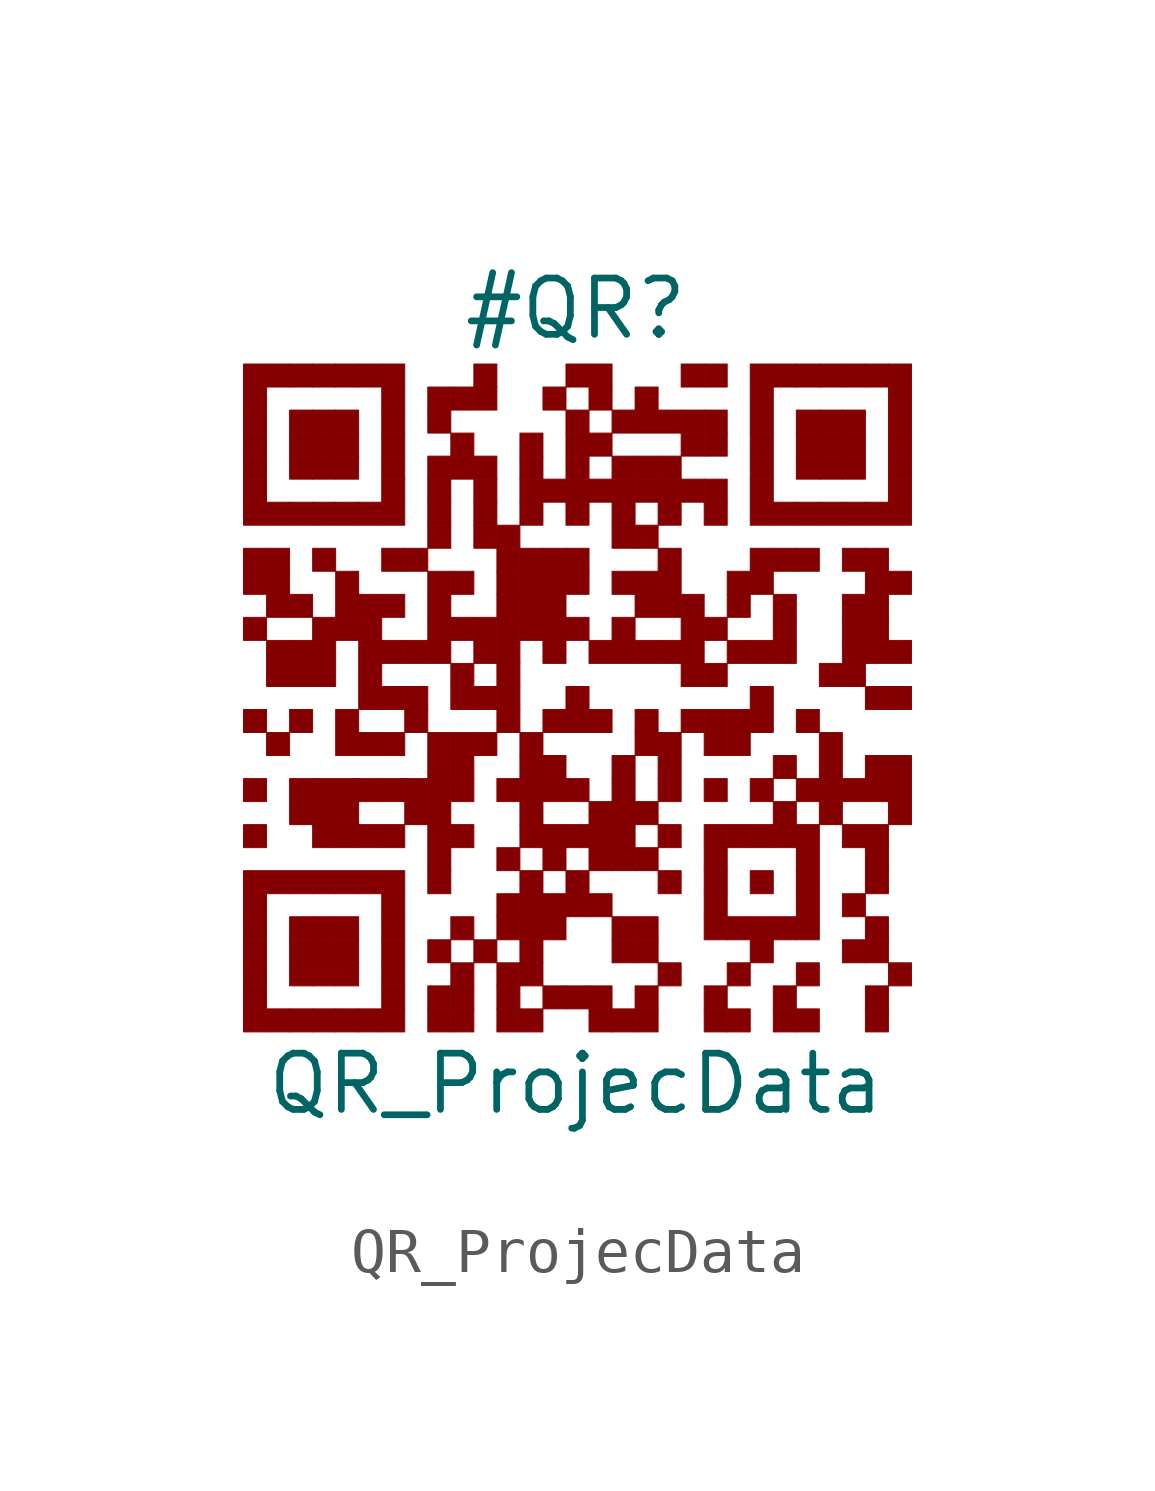
<source format=kicad_sym>
(kicad_symbol_lib
  (version 20211014)
  (generator kibot)
  (symbol "QR_ProjecData"
    (pin_numbers hide)
    (pin_names hide)
    (property "Reference" "#QR"
      (at 0 8.75 0))
    (property "Value" "QR_ProjecData"
      (at 0 -8.75 0))
    (rectangle
      (start -7.5 7.5)
      (end -6.98 6.98)
      (stroke (width 0.001) (type default) (color 0 0 0 0))
      (fill (type outline)))
    (rectangle
      (start -6.98 7.5)
      (end -6.46 6.98)
      (stroke (width 0.001) (type default) (color 0 0 0 0))
      (fill (type outline)))
    (rectangle
      (start -6.46 7.5)
      (end -5.94 6.98)
      (stroke (width 0.001) (type default) (color 0 0 0 0))
      (fill (type outline)))
    (rectangle
      (start -5.94 7.5)
      (end -5.42 6.98)
      (stroke (width 0.001) (type default) (color 0 0 0 0))
      (fill (type outline)))
    (rectangle
      (start -5.42 7.5)
      (end -4.9 6.98)
      (stroke (width 0.001) (type default) (color 0 0 0 0))
      (fill (type outline)))
    (rectangle
      (start -4.9 7.5)
      (end -4.38 6.98)
      (stroke (width 0.001) (type default) (color 0 0 0 0))
      (fill (type outline)))
    (rectangle
      (start -4.38 7.5)
      (end -3.86 6.98)
      (stroke (width 0.001) (type default) (color 0 0 0 0))
      (fill (type outline)))
    (rectangle
      (start -2.3 7.5)
      (end -1.78 6.98)
      (stroke (width 0.001) (type default) (color 0 0 0 0))
      (fill (type outline)))
    (rectangle
      (start -0.22 7.5)
      (end 0.3 6.98)
      (stroke (width 0.001) (type default) (color 0 0 0 0))
      (fill (type outline)))
    (rectangle
      (start 0.3 7.5)
      (end 0.82 6.98)
      (stroke (width 0.001) (type default) (color 0 0 0 0))
      (fill (type outline)))
    (rectangle
      (start 2.38 7.5)
      (end 2.9 6.98)
      (stroke (width 0.001) (type default) (color 0 0 0 0))
      (fill (type outline)))
    (rectangle
      (start 2.9 7.5)
      (end 3.42 6.98)
      (stroke (width 0.001) (type default) (color 0 0 0 0))
      (fill (type outline)))
    (rectangle
      (start 3.94 7.5)
      (end 4.46 6.98)
      (stroke (width 0.001) (type default) (color 0 0 0 0))
      (fill (type outline)))
    (rectangle
      (start 4.46 7.5)
      (end 4.98 6.98)
      (stroke (width 0.001) (type default) (color 0 0 0 0))
      (fill (type outline)))
    (rectangle
      (start 4.98 7.5)
      (end 5.5 6.98)
      (stroke (width 0.001) (type default) (color 0 0 0 0))
      (fill (type outline)))
    (rectangle
      (start 5.5 7.5)
      (end 6.02 6.98)
      (stroke (width 0.001) (type default) (color 0 0 0 0))
      (fill (type outline)))
    (rectangle
      (start 6.02 7.5)
      (end 6.54 6.98)
      (stroke (width 0.001) (type default) (color 0 0 0 0))
      (fill (type outline)))
    (rectangle
      (start 6.54 7.5)
      (end 7.06 6.98)
      (stroke (width 0.001) (type default) (color 0 0 0 0))
      (fill (type outline)))
    (rectangle
      (start 7.06 7.5)
      (end 7.58 6.98)
      (stroke (width 0.001) (type default) (color 0 0 0 0))
      (fill (type outline)))
    (rectangle
      (start -7.5 6.98)
      (end -6.98 6.46)
      (stroke (width 0.001) (type default) (color 0 0 0 0))
      (fill (type outline)))
    (rectangle
      (start -4.38 6.98)
      (end -3.86 6.46)
      (stroke (width 0.001) (type default) (color 0 0 0 0))
      (fill (type outline)))
    (rectangle
      (start -3.34 6.98)
      (end -2.82 6.46)
      (stroke (width 0.001) (type default) (color 0 0 0 0))
      (fill (type outline)))
    (rectangle
      (start -2.82 6.98)
      (end -2.3 6.46)
      (stroke (width 0.001) (type default) (color 0 0 0 0))
      (fill (type outline)))
    (rectangle
      (start -2.3 6.98)
      (end -1.78 6.46)
      (stroke (width 0.001) (type default) (color 0 0 0 0))
      (fill (type outline)))
    (rectangle
      (start -0.74 6.98)
      (end -0.22 6.46)
      (stroke (width 0.001) (type default) (color 0 0 0 0))
      (fill (type outline)))
    (rectangle
      (start 0.3 6.98)
      (end 0.82 6.46)
      (stroke (width 0.001) (type default) (color 0 0 0 0))
      (fill (type outline)))
    (rectangle
      (start 1.34 6.98)
      (end 1.86 6.46)
      (stroke (width 0.001) (type default) (color 0 0 0 0))
      (fill (type outline)))
    (rectangle
      (start 3.94 6.98)
      (end 4.46 6.46)
      (stroke (width 0.001) (type default) (color 0 0 0 0))
      (fill (type outline)))
    (rectangle
      (start 7.06 6.98)
      (end 7.58 6.46)
      (stroke (width 0.001) (type default) (color 0 0 0 0))
      (fill (type outline)))
    (rectangle
      (start -7.5 6.46)
      (end -6.98 5.94)
      (stroke (width 0.001) (type default) (color 0 0 0 0))
      (fill (type outline)))
    (rectangle
      (start -6.46 6.46)
      (end -5.94 5.94)
      (stroke (width 0.001) (type default) (color 0 0 0 0))
      (fill (type outline)))
    (rectangle
      (start -5.94 6.46)
      (end -5.42 5.94)
      (stroke (width 0.001) (type default) (color 0 0 0 0))
      (fill (type outline)))
    (rectangle
      (start -5.42 6.46)
      (end -4.9 5.94)
      (stroke (width 0.001) (type default) (color 0 0 0 0))
      (fill (type outline)))
    (rectangle
      (start -4.38 6.46)
      (end -3.86 5.94)
      (stroke (width 0.001) (type default) (color 0 0 0 0))
      (fill (type outline)))
    (rectangle
      (start -3.34 6.46)
      (end -2.82 5.94)
      (stroke (width 0.001) (type default) (color 0 0 0 0))
      (fill (type outline)))
    (rectangle
      (start -0.22 6.46)
      (end 0.3 5.94)
      (stroke (width 0.001) (type default) (color 0 0 0 0))
      (fill (type outline)))
    (rectangle
      (start 0.82 6.46)
      (end 1.34 5.94)
      (stroke (width 0.001) (type default) (color 0 0 0 0))
      (fill (type outline)))
    (rectangle
      (start 1.34 6.46)
      (end 1.86 5.94)
      (stroke (width 0.001) (type default) (color 0 0 0 0))
      (fill (type outline)))
    (rectangle
      (start 1.86 6.46)
      (end 2.38 5.94)
      (stroke (width 0.001) (type default) (color 0 0 0 0))
      (fill (type outline)))
    (rectangle
      (start 2.38 6.46)
      (end 2.9 5.94)
      (stroke (width 0.001) (type default) (color 0 0 0 0))
      (fill (type outline)))
    (rectangle
      (start 2.9 6.46)
      (end 3.42 5.94)
      (stroke (width 0.001) (type default) (color 0 0 0 0))
      (fill (type outline)))
    (rectangle
      (start 3.94 6.46)
      (end 4.46 5.94)
      (stroke (width 0.001) (type default) (color 0 0 0 0))
      (fill (type outline)))
    (rectangle
      (start 4.98 6.46)
      (end 5.5 5.94)
      (stroke (width 0.001) (type default) (color 0 0 0 0))
      (fill (type outline)))
    (rectangle
      (start 5.5 6.46)
      (end 6.02 5.94)
      (stroke (width 0.001) (type default) (color 0 0 0 0))
      (fill (type outline)))
    (rectangle
      (start 6.02 6.46)
      (end 6.54 5.94)
      (stroke (width 0.001) (type default) (color 0 0 0 0))
      (fill (type outline)))
    (rectangle
      (start 7.06 6.46)
      (end 7.58 5.94)
      (stroke (width 0.001) (type default) (color 0 0 0 0))
      (fill (type outline)))
    (rectangle
      (start -7.5 5.94)
      (end -6.98 5.42)
      (stroke (width 0.001) (type default) (color 0 0 0 0))
      (fill (type outline)))
    (rectangle
      (start -6.46 5.94)
      (end -5.94 5.42)
      (stroke (width 0.001) (type default) (color 0 0 0 0))
      (fill (type outline)))
    (rectangle
      (start -5.94 5.94)
      (end -5.42 5.42)
      (stroke (width 0.001) (type default) (color 0 0 0 0))
      (fill (type outline)))
    (rectangle
      (start -5.42 5.94)
      (end -4.9 5.42)
      (stroke (width 0.001) (type default) (color 0 0 0 0))
      (fill (type outline)))
    (rectangle
      (start -4.38 5.94)
      (end -3.86 5.42)
      (stroke (width 0.001) (type default) (color 0 0 0 0))
      (fill (type outline)))
    (rectangle
      (start -2.82 5.94)
      (end -2.3 5.42)
      (stroke (width 0.001) (type default) (color 0 0 0 0))
      (fill (type outline)))
    (rectangle
      (start -1.26 5.94)
      (end -0.74 5.42)
      (stroke (width 0.001) (type default) (color 0 0 0 0))
      (fill (type outline)))
    (rectangle
      (start -0.22 5.94)
      (end 0.3 5.42)
      (stroke (width 0.001) (type default) (color 0 0 0 0))
      (fill (type outline)))
    (rectangle
      (start 0.3 5.94)
      (end 0.82 5.42)
      (stroke (width 0.001) (type default) (color 0 0 0 0))
      (fill (type outline)))
    (rectangle
      (start 2.38 5.94)
      (end 2.9 5.42)
      (stroke (width 0.001) (type default) (color 0 0 0 0))
      (fill (type outline)))
    (rectangle
      (start 2.9 5.94)
      (end 3.42 5.42)
      (stroke (width 0.001) (type default) (color 0 0 0 0))
      (fill (type outline)))
    (rectangle
      (start 3.94 5.94)
      (end 4.46 5.42)
      (stroke (width 0.001) (type default) (color 0 0 0 0))
      (fill (type outline)))
    (rectangle
      (start 4.98 5.94)
      (end 5.5 5.42)
      (stroke (width 0.001) (type default) (color 0 0 0 0))
      (fill (type outline)))
    (rectangle
      (start 5.5 5.94)
      (end 6.02 5.42)
      (stroke (width 0.001) (type default) (color 0 0 0 0))
      (fill (type outline)))
    (rectangle
      (start 6.02 5.94)
      (end 6.54 5.42)
      (stroke (width 0.001) (type default) (color 0 0 0 0))
      (fill (type outline)))
    (rectangle
      (start 7.06 5.94)
      (end 7.58 5.42)
      (stroke (width 0.001) (type default) (color 0 0 0 0))
      (fill (type outline)))
    (rectangle
      (start -7.5 5.42)
      (end -6.98 4.9)
      (stroke (width 0.001) (type default) (color 0 0 0 0))
      (fill (type outline)))
    (rectangle
      (start -6.46 5.42)
      (end -5.94 4.9)
      (stroke (width 0.001) (type default) (color 0 0 0 0))
      (fill (type outline)))
    (rectangle
      (start -5.94 5.42)
      (end -5.42 4.9)
      (stroke (width 0.001) (type default) (color 0 0 0 0))
      (fill (type outline)))
    (rectangle
      (start -5.42 5.42)
      (end -4.9 4.9)
      (stroke (width 0.001) (type default) (color 0 0 0 0))
      (fill (type outline)))
    (rectangle
      (start -4.38 5.42)
      (end -3.86 4.9)
      (stroke (width 0.001) (type default) (color 0 0 0 0))
      (fill (type outline)))
    (rectangle
      (start -3.34 5.42)
      (end -2.82 4.9)
      (stroke (width 0.001) (type default) (color 0 0 0 0))
      (fill (type outline)))
    (rectangle
      (start -2.82 5.42)
      (end -2.3 4.9)
      (stroke (width 0.001) (type default) (color 0 0 0 0))
      (fill (type outline)))
    (rectangle
      (start -2.3 5.42)
      (end -1.78 4.9)
      (stroke (width 0.001) (type default) (color 0 0 0 0))
      (fill (type outline)))
    (rectangle
      (start -1.26 5.42)
      (end -0.74 4.9)
      (stroke (width 0.001) (type default) (color 0 0 0 0))
      (fill (type outline)))
    (rectangle
      (start -0.22 5.42)
      (end 0.3 4.9)
      (stroke (width 0.001) (type default) (color 0 0 0 0))
      (fill (type outline)))
    (rectangle
      (start 0.82 5.42)
      (end 1.34 4.9)
      (stroke (width 0.001) (type default) (color 0 0 0 0))
      (fill (type outline)))
    (rectangle
      (start 1.34 5.42)
      (end 1.86 4.9)
      (stroke (width 0.001) (type default) (color 0 0 0 0))
      (fill (type outline)))
    (rectangle
      (start 1.86 5.42)
      (end 2.38 4.9)
      (stroke (width 0.001) (type default) (color 0 0 0 0))
      (fill (type outline)))
    (rectangle
      (start 3.94 5.42)
      (end 4.46 4.9)
      (stroke (width 0.001) (type default) (color 0 0 0 0))
      (fill (type outline)))
    (rectangle
      (start 4.98 5.42)
      (end 5.5 4.9)
      (stroke (width 0.001) (type default) (color 0 0 0 0))
      (fill (type outline)))
    (rectangle
      (start 5.5 5.42)
      (end 6.02 4.9)
      (stroke (width 0.001) (type default) (color 0 0 0 0))
      (fill (type outline)))
    (rectangle
      (start 6.02 5.42)
      (end 6.54 4.9)
      (stroke (width 0.001) (type default) (color 0 0 0 0))
      (fill (type outline)))
    (rectangle
      (start 7.06 5.42)
      (end 7.58 4.9)
      (stroke (width 0.001) (type default) (color 0 0 0 0))
      (fill (type outline)))
    (rectangle
      (start -7.5 4.9)
      (end -6.98 4.38)
      (stroke (width 0.001) (type default) (color 0 0 0 0))
      (fill (type outline)))
    (rectangle
      (start -4.38 4.9)
      (end -3.86 4.38)
      (stroke (width 0.001) (type default) (color 0 0 0 0))
      (fill (type outline)))
    (rectangle
      (start -3.34 4.9)
      (end -2.82 4.38)
      (stroke (width 0.001) (type default) (color 0 0 0 0))
      (fill (type outline)))
    (rectangle
      (start -2.3 4.9)
      (end -1.78 4.38)
      (stroke (width 0.001) (type default) (color 0 0 0 0))
      (fill (type outline)))
    (rectangle
      (start -1.26 4.9)
      (end -0.74 4.38)
      (stroke (width 0.001) (type default) (color 0 0 0 0))
      (fill (type outline)))
    (rectangle
      (start -0.74 4.9)
      (end -0.22 4.38)
      (stroke (width 0.001) (type default) (color 0 0 0 0))
      (fill (type outline)))
    (rectangle
      (start -0.22 4.9)
      (end 0.3 4.38)
      (stroke (width 0.001) (type default) (color 0 0 0 0))
      (fill (type outline)))
    (rectangle
      (start 0.3 4.9)
      (end 0.82 4.38)
      (stroke (width 0.001) (type default) (color 0 0 0 0))
      (fill (type outline)))
    (rectangle
      (start 0.82 4.9)
      (end 1.34 4.38)
      (stroke (width 0.001) (type default) (color 0 0 0 0))
      (fill (type outline)))
    (rectangle
      (start 1.34 4.9)
      (end 1.86 4.38)
      (stroke (width 0.001) (type default) (color 0 0 0 0))
      (fill (type outline)))
    (rectangle
      (start 1.86 4.9)
      (end 2.38 4.38)
      (stroke (width 0.001) (type default) (color 0 0 0 0))
      (fill (type outline)))
    (rectangle
      (start 2.38 4.9)
      (end 2.9 4.38)
      (stroke (width 0.001) (type default) (color 0 0 0 0))
      (fill (type outline)))
    (rectangle
      (start 2.9 4.9)
      (end 3.42 4.38)
      (stroke (width 0.001) (type default) (color 0 0 0 0))
      (fill (type outline)))
    (rectangle
      (start 3.94 4.9)
      (end 4.46 4.38)
      (stroke (width 0.001) (type default) (color 0 0 0 0))
      (fill (type outline)))
    (rectangle
      (start 7.06 4.9)
      (end 7.58 4.38)
      (stroke (width 0.001) (type default) (color 0 0 0 0))
      (fill (type outline)))
    (rectangle
      (start -7.5 4.38)
      (end -6.98 3.86)
      (stroke (width 0.001) (type default) (color 0 0 0 0))
      (fill (type outline)))
    (rectangle
      (start -6.98 4.38)
      (end -6.46 3.86)
      (stroke (width 0.001) (type default) (color 0 0 0 0))
      (fill (type outline)))
    (rectangle
      (start -6.46 4.38)
      (end -5.94 3.86)
      (stroke (width 0.001) (type default) (color 0 0 0 0))
      (fill (type outline)))
    (rectangle
      (start -5.94 4.38)
      (end -5.42 3.86)
      (stroke (width 0.001) (type default) (color 0 0 0 0))
      (fill (type outline)))
    (rectangle
      (start -5.42 4.38)
      (end -4.9 3.86)
      (stroke (width 0.001) (type default) (color 0 0 0 0))
      (fill (type outline)))
    (rectangle
      (start -4.9 4.38)
      (end -4.38 3.86)
      (stroke (width 0.001) (type default) (color 0 0 0 0))
      (fill (type outline)))
    (rectangle
      (start -4.38 4.38)
      (end -3.86 3.86)
      (stroke (width 0.001) (type default) (color 0 0 0 0))
      (fill (type outline)))
    (rectangle
      (start -3.34 4.38)
      (end -2.82 3.86)
      (stroke (width 0.001) (type default) (color 0 0 0 0))
      (fill (type outline)))
    (rectangle
      (start -2.3 4.38)
      (end -1.78 3.86)
      (stroke (width 0.001) (type default) (color 0 0 0 0))
      (fill (type outline)))
    (rectangle
      (start -1.26 4.38)
      (end -0.74 3.86)
      (stroke (width 0.001) (type default) (color 0 0 0 0))
      (fill (type outline)))
    (rectangle
      (start -0.22 4.38)
      (end 0.3 3.86)
      (stroke (width 0.001) (type default) (color 0 0 0 0))
      (fill (type outline)))
    (rectangle
      (start 0.82 4.38)
      (end 1.34 3.86)
      (stroke (width 0.001) (type default) (color 0 0 0 0))
      (fill (type outline)))
    (rectangle
      (start 1.86 4.38)
      (end 2.38 3.86)
      (stroke (width 0.001) (type default) (color 0 0 0 0))
      (fill (type outline)))
    (rectangle
      (start 2.9 4.38)
      (end 3.42 3.86)
      (stroke (width 0.001) (type default) (color 0 0 0 0))
      (fill (type outline)))
    (rectangle
      (start 3.94 4.38)
      (end 4.46 3.86)
      (stroke (width 0.001) (type default) (color 0 0 0 0))
      (fill (type outline)))
    (rectangle
      (start 4.46 4.38)
      (end 4.98 3.86)
      (stroke (width 0.001) (type default) (color 0 0 0 0))
      (fill (type outline)))
    (rectangle
      (start 4.98 4.38)
      (end 5.5 3.86)
      (stroke (width 0.001) (type default) (color 0 0 0 0))
      (fill (type outline)))
    (rectangle
      (start 5.5 4.38)
      (end 6.02 3.86)
      (stroke (width 0.001) (type default) (color 0 0 0 0))
      (fill (type outline)))
    (rectangle
      (start 6.02 4.38)
      (end 6.54 3.86)
      (stroke (width 0.001) (type default) (color 0 0 0 0))
      (fill (type outline)))
    (rectangle
      (start 6.54 4.38)
      (end 7.06 3.86)
      (stroke (width 0.001) (type default) (color 0 0 0 0))
      (fill (type outline)))
    (rectangle
      (start 7.06 4.38)
      (end 7.58 3.86)
      (stroke (width 0.001) (type default) (color 0 0 0 0))
      (fill (type outline)))
    (rectangle
      (start -3.34 3.86)
      (end -2.82 3.34)
      (stroke (width 0.001) (type default) (color 0 0 0 0))
      (fill (type outline)))
    (rectangle
      (start -2.3 3.86)
      (end -1.78 3.34)
      (stroke (width 0.001) (type default) (color 0 0 0 0))
      (fill (type outline)))
    (rectangle
      (start -1.78 3.86)
      (end -1.26 3.34)
      (stroke (width 0.001) (type default) (color 0 0 0 0))
      (fill (type outline)))
    (rectangle
      (start 0.82 3.86)
      (end 1.34 3.34)
      (stroke (width 0.001) (type default) (color 0 0 0 0))
      (fill (type outline)))
    (rectangle
      (start 1.34 3.86)
      (end 1.86 3.34)
      (stroke (width 0.001) (type default) (color 0 0 0 0))
      (fill (type outline)))
    (rectangle
      (start -7.5 3.34)
      (end -6.98 2.82)
      (stroke (width 0.001) (type default) (color 0 0 0 0))
      (fill (type outline)))
    (rectangle
      (start -6.98 3.34)
      (end -6.46 2.82)
      (stroke (width 0.001) (type default) (color 0 0 0 0))
      (fill (type outline)))
    (rectangle
      (start -5.94 3.34)
      (end -5.42 2.82)
      (stroke (width 0.001) (type default) (color 0 0 0 0))
      (fill (type outline)))
    (rectangle
      (start -4.38 3.34)
      (end -3.86 2.82)
      (stroke (width 0.001) (type default) (color 0 0 0 0))
      (fill (type outline)))
    (rectangle
      (start -3.86 3.34)
      (end -3.34 2.82)
      (stroke (width 0.001) (type default) (color 0 0 0 0))
      (fill (type outline)))
    (rectangle
      (start -1.78 3.34)
      (end -1.26 2.82)
      (stroke (width 0.001) (type default) (color 0 0 0 0))
      (fill (type outline)))
    (rectangle
      (start -1.26 3.34)
      (end -0.74 2.82)
      (stroke (width 0.001) (type default) (color 0 0 0 0))
      (fill (type outline)))
    (rectangle
      (start -0.74 3.34)
      (end -0.22 2.82)
      (stroke (width 0.001) (type default) (color 0 0 0 0))
      (fill (type outline)))
    (rectangle
      (start -0.22 3.34)
      (end 0.3 2.82)
      (stroke (width 0.001) (type default) (color 0 0 0 0))
      (fill (type outline)))
    (rectangle
      (start 1.86 3.34)
      (end 2.38 2.82)
      (stroke (width 0.001) (type default) (color 0 0 0 0))
      (fill (type outline)))
    (rectangle
      (start 3.94 3.34)
      (end 4.46 2.82)
      (stroke (width 0.001) (type default) (color 0 0 0 0))
      (fill (type outline)))
    (rectangle
      (start 4.46 3.34)
      (end 4.98 2.82)
      (stroke (width 0.001) (type default) (color 0 0 0 0))
      (fill (type outline)))
    (rectangle
      (start 4.98 3.34)
      (end 5.5 2.82)
      (stroke (width 0.001) (type default) (color 0 0 0 0))
      (fill (type outline)))
    (rectangle
      (start 6.02 3.34)
      (end 6.54 2.82)
      (stroke (width 0.001) (type default) (color 0 0 0 0))
      (fill (type outline)))
    (rectangle
      (start 6.54 3.34)
      (end 7.06 2.82)
      (stroke (width 0.001) (type default) (color 0 0 0 0))
      (fill (type outline)))
    (rectangle
      (start -7.5 2.82)
      (end -6.98 2.3)
      (stroke (width 0.001) (type default) (color 0 0 0 0))
      (fill (type outline)))
    (rectangle
      (start -6.98 2.82)
      (end -6.46 2.3)
      (stroke (width 0.001) (type default) (color 0 0 0 0))
      (fill (type outline)))
    (rectangle
      (start -5.42 2.82)
      (end -4.9 2.3)
      (stroke (width 0.001) (type default) (color 0 0 0 0))
      (fill (type outline)))
    (rectangle
      (start -3.34 2.82)
      (end -2.82 2.3)
      (stroke (width 0.001) (type default) (color 0 0 0 0))
      (fill (type outline)))
    (rectangle
      (start -2.82 2.82)
      (end -2.3 2.3)
      (stroke (width 0.001) (type default) (color 0 0 0 0))
      (fill (type outline)))
    (rectangle
      (start -1.78 2.82)
      (end -1.26 2.3)
      (stroke (width 0.001) (type default) (color 0 0 0 0))
      (fill (type outline)))
    (rectangle
      (start -1.26 2.82)
      (end -0.74 2.3)
      (stroke (width 0.001) (type default) (color 0 0 0 0))
      (fill (type outline)))
    (rectangle
      (start -0.74 2.82)
      (end -0.22 2.3)
      (stroke (width 0.001) (type default) (color 0 0 0 0))
      (fill (type outline)))
    (rectangle
      (start -0.22 2.82)
      (end 0.3 2.3)
      (stroke (width 0.001) (type default) (color 0 0 0 0))
      (fill (type outline)))
    (rectangle
      (start 0.82 2.82)
      (end 1.34 2.3)
      (stroke (width 0.001) (type default) (color 0 0 0 0))
      (fill (type outline)))
    (rectangle
      (start 1.34 2.82)
      (end 1.86 2.3)
      (stroke (width 0.001) (type default) (color 0 0 0 0))
      (fill (type outline)))
    (rectangle
      (start 1.86 2.82)
      (end 2.38 2.3)
      (stroke (width 0.001) (type default) (color 0 0 0 0))
      (fill (type outline)))
    (rectangle
      (start 3.42 2.82)
      (end 3.94 2.3)
      (stroke (width 0.001) (type default) (color 0 0 0 0))
      (fill (type outline)))
    (rectangle
      (start 3.94 2.82)
      (end 4.46 2.3)
      (stroke (width 0.001) (type default) (color 0 0 0 0))
      (fill (type outline)))
    (rectangle
      (start 6.54 2.82)
      (end 7.06 2.3)
      (stroke (width 0.001) (type default) (color 0 0 0 0))
      (fill (type outline)))
    (rectangle
      (start 7.06 2.82)
      (end 7.58 2.3)
      (stroke (width 0.001) (type default) (color 0 0 0 0))
      (fill (type outline)))
    (rectangle
      (start -6.98 2.3)
      (end -6.46 1.78)
      (stroke (width 0.001) (type default) (color 0 0 0 0))
      (fill (type outline)))
    (rectangle
      (start -6.46 2.3)
      (end -5.94 1.78)
      (stroke (width 0.001) (type default) (color 0 0 0 0))
      (fill (type outline)))
    (rectangle
      (start -5.42 2.3)
      (end -4.9 1.78)
      (stroke (width 0.001) (type default) (color 0 0 0 0))
      (fill (type outline)))
    (rectangle
      (start -4.9 2.3)
      (end -4.38 1.78)
      (stroke (width 0.001) (type default) (color 0 0 0 0))
      (fill (type outline)))
    (rectangle
      (start -4.38 2.3)
      (end -3.86 1.78)
      (stroke (width 0.001) (type default) (color 0 0 0 0))
      (fill (type outline)))
    (rectangle
      (start -3.34 2.3)
      (end -2.82 1.78)
      (stroke (width 0.001) (type default) (color 0 0 0 0))
      (fill (type outline)))
    (rectangle
      (start -1.78 2.3)
      (end -1.26 1.78)
      (stroke (width 0.001) (type default) (color 0 0 0 0))
      (fill (type outline)))
    (rectangle
      (start -1.26 2.3)
      (end -0.74 1.78)
      (stroke (width 0.001) (type default) (color 0 0 0 0))
      (fill (type outline)))
    (rectangle
      (start -0.74 2.3)
      (end -0.22 1.78)
      (stroke (width 0.001) (type default) (color 0 0 0 0))
      (fill (type outline)))
    (rectangle
      (start 1.34 2.3)
      (end 1.86 1.78)
      (stroke (width 0.001) (type default) (color 0 0 0 0))
      (fill (type outline)))
    (rectangle
      (start 1.86 2.3)
      (end 2.38 1.78)
      (stroke (width 0.001) (type default) (color 0 0 0 0))
      (fill (type outline)))
    (rectangle
      (start 2.38 2.3)
      (end 2.9 1.78)
      (stroke (width 0.001) (type default) (color 0 0 0 0))
      (fill (type outline)))
    (rectangle
      (start 3.42 2.3)
      (end 3.94 1.78)
      (stroke (width 0.001) (type default) (color 0 0 0 0))
      (fill (type outline)))
    (rectangle
      (start 4.46 2.3)
      (end 4.98 1.78)
      (stroke (width 0.001) (type default) (color 0 0 0 0))
      (fill (type outline)))
    (rectangle
      (start 6.02 2.3)
      (end 6.54 1.78)
      (stroke (width 0.001) (type default) (color 0 0 0 0))
      (fill (type outline)))
    (rectangle
      (start 6.54 2.3)
      (end 7.06 1.78)
      (stroke (width 0.001) (type default) (color 0 0 0 0))
      (fill (type outline)))
    (rectangle
      (start -7.5 1.78)
      (end -6.98 1.26)
      (stroke (width 0.001) (type default) (color 0 0 0 0))
      (fill (type outline)))
    (rectangle
      (start -5.94 1.78)
      (end -5.42 1.26)
      (stroke (width 0.001) (type default) (color 0 0 0 0))
      (fill (type outline)))
    (rectangle
      (start -5.42 1.78)
      (end -4.9 1.26)
      (stroke (width 0.001) (type default) (color 0 0 0 0))
      (fill (type outline)))
    (rectangle
      (start -4.9 1.78)
      (end -4.38 1.26)
      (stroke (width 0.001) (type default) (color 0 0 0 0))
      (fill (type outline)))
    (rectangle
      (start -3.34 1.78)
      (end -2.82 1.26)
      (stroke (width 0.001) (type default) (color 0 0 0 0))
      (fill (type outline)))
    (rectangle
      (start -2.82 1.78)
      (end -2.3 1.26)
      (stroke (width 0.001) (type default) (color 0 0 0 0))
      (fill (type outline)))
    (rectangle
      (start -2.3 1.78)
      (end -1.78 1.26)
      (stroke (width 0.001) (type default) (color 0 0 0 0))
      (fill (type outline)))
    (rectangle
      (start -1.78 1.78)
      (end -1.26 1.26)
      (stroke (width 0.001) (type default) (color 0 0 0 0))
      (fill (type outline)))
    (rectangle
      (start -1.26 1.78)
      (end -0.74 1.26)
      (stroke (width 0.001) (type default) (color 0 0 0 0))
      (fill (type outline)))
    (rectangle
      (start -0.74 1.78)
      (end -0.22 1.26)
      (stroke (width 0.001) (type default) (color 0 0 0 0))
      (fill (type outline)))
    (rectangle
      (start -0.22 1.78)
      (end 0.3 1.26)
      (stroke (width 0.001) (type default) (color 0 0 0 0))
      (fill (type outline)))
    (rectangle
      (start 0.82 1.78)
      (end 1.34 1.26)
      (stroke (width 0.001) (type default) (color 0 0 0 0))
      (fill (type outline)))
    (rectangle
      (start 2.38 1.78)
      (end 2.9 1.26)
      (stroke (width 0.001) (type default) (color 0 0 0 0))
      (fill (type outline)))
    (rectangle
      (start 2.9 1.78)
      (end 3.42 1.26)
      (stroke (width 0.001) (type default) (color 0 0 0 0))
      (fill (type outline)))
    (rectangle
      (start 4.46 1.78)
      (end 4.98 1.26)
      (stroke (width 0.001) (type default) (color 0 0 0 0))
      (fill (type outline)))
    (rectangle
      (start 6.02 1.78)
      (end 6.54 1.26)
      (stroke (width 0.001) (type default) (color 0 0 0 0))
      (fill (type outline)))
    (rectangle
      (start 6.54 1.78)
      (end 7.06 1.26)
      (stroke (width 0.001) (type default) (color 0 0 0 0))
      (fill (type outline)))
    (rectangle
      (start -6.98 1.26)
      (end -6.46 0.74)
      (stroke (width 0.001) (type default) (color 0 0 0 0))
      (fill (type outline)))
    (rectangle
      (start -6.46 1.26)
      (end -5.94 0.74)
      (stroke (width 0.001) (type default) (color 0 0 0 0))
      (fill (type outline)))
    (rectangle
      (start -5.94 1.26)
      (end -5.42 0.74)
      (stroke (width 0.001) (type default) (color 0 0 0 0))
      (fill (type outline)))
    (rectangle
      (start -4.9 1.26)
      (end -4.38 0.74)
      (stroke (width 0.001) (type default) (color 0 0 0 0))
      (fill (type outline)))
    (rectangle
      (start -4.38 1.26)
      (end -3.86 0.74)
      (stroke (width 0.001) (type default) (color 0 0 0 0))
      (fill (type outline)))
    (rectangle
      (start -3.86 1.26)
      (end -3.34 0.74)
      (stroke (width 0.001) (type default) (color 0 0 0 0))
      (fill (type outline)))
    (rectangle
      (start -3.34 1.26)
      (end -2.82 0.74)
      (stroke (width 0.001) (type default) (color 0 0 0 0))
      (fill (type outline)))
    (rectangle
      (start -2.3 1.26)
      (end -1.78 0.74)
      (stroke (width 0.001) (type default) (color 0 0 0 0))
      (fill (type outline)))
    (rectangle
      (start -1.78 1.26)
      (end -1.26 0.74)
      (stroke (width 0.001) (type default) (color 0 0 0 0))
      (fill (type outline)))
    (rectangle
      (start -0.74 1.26)
      (end -0.22 0.74)
      (stroke (width 0.001) (type default) (color 0 0 0 0))
      (fill (type outline)))
    (rectangle
      (start 0.3 1.26)
      (end 0.82 0.74)
      (stroke (width 0.001) (type default) (color 0 0 0 0))
      (fill (type outline)))
    (rectangle
      (start 0.82 1.26)
      (end 1.34 0.74)
      (stroke (width 0.001) (type default) (color 0 0 0 0))
      (fill (type outline)))
    (rectangle
      (start 1.34 1.26)
      (end 1.86 0.74)
      (stroke (width 0.001) (type default) (color 0 0 0 0))
      (fill (type outline)))
    (rectangle
      (start 1.86 1.26)
      (end 2.38 0.74)
      (stroke (width 0.001) (type default) (color 0 0 0 0))
      (fill (type outline)))
    (rectangle
      (start 2.38 1.26)
      (end 2.9 0.74)
      (stroke (width 0.001) (type default) (color 0 0 0 0))
      (fill (type outline)))
    (rectangle
      (start 3.42 1.26)
      (end 3.94 0.74)
      (stroke (width 0.001) (type default) (color 0 0 0 0))
      (fill (type outline)))
    (rectangle
      (start 3.94 1.26)
      (end 4.46 0.74)
      (stroke (width 0.001) (type default) (color 0 0 0 0))
      (fill (type outline)))
    (rectangle
      (start 4.46 1.26)
      (end 4.98 0.74)
      (stroke (width 0.001) (type default) (color 0 0 0 0))
      (fill (type outline)))
    (rectangle
      (start 6.02 1.26)
      (end 6.54 0.74)
      (stroke (width 0.001) (type default) (color 0 0 0 0))
      (fill (type outline)))
    (rectangle
      (start 6.54 1.26)
      (end 7.06 0.74)
      (stroke (width 0.001) (type default) (color 0 0 0 0))
      (fill (type outline)))
    (rectangle
      (start 7.06 1.26)
      (end 7.58 0.74)
      (stroke (width 0.001) (type default) (color 0 0 0 0))
      (fill (type outline)))
    (rectangle
      (start -6.98 0.74)
      (end -6.46 0.22)
      (stroke (width 0.001) (type default) (color 0 0 0 0))
      (fill (type outline)))
    (rectangle
      (start -6.46 0.74)
      (end -5.94 0.22)
      (stroke (width 0.001) (type default) (color 0 0 0 0))
      (fill (type outline)))
    (rectangle
      (start -5.94 0.74)
      (end -5.42 0.22)
      (stroke (width 0.001) (type default) (color 0 0 0 0))
      (fill (type outline)))
    (rectangle
      (start -4.9 0.74)
      (end -4.38 0.22)
      (stroke (width 0.001) (type default) (color 0 0 0 0))
      (fill (type outline)))
    (rectangle
      (start -2.82 0.74)
      (end -2.3 0.22)
      (stroke (width 0.001) (type default) (color 0 0 0 0))
      (fill (type outline)))
    (rectangle
      (start -1.78 0.74)
      (end -1.26 0.22)
      (stroke (width 0.001) (type default) (color 0 0 0 0))
      (fill (type outline)))
    (rectangle
      (start 2.38 0.74)
      (end 2.9 0.22)
      (stroke (width 0.001) (type default) (color 0 0 0 0))
      (fill (type outline)))
    (rectangle
      (start 2.9 0.74)
      (end 3.42 0.22)
      (stroke (width 0.001) (type default) (color 0 0 0 0))
      (fill (type outline)))
    (rectangle
      (start 5.5 0.74)
      (end 6.02 0.22)
      (stroke (width 0.001) (type default) (color 0 0 0 0))
      (fill (type outline)))
    (rectangle
      (start 6.02 0.74)
      (end 6.54 0.22)
      (stroke (width 0.001) (type default) (color 0 0 0 0))
      (fill (type outline)))
    (rectangle
      (start -4.9 0.22)
      (end -4.38 -0.3)
      (stroke (width 0.001) (type default) (color 0 0 0 0))
      (fill (type outline)))
    (rectangle
      (start -4.38 0.22)
      (end -3.86 -0.3)
      (stroke (width 0.001) (type default) (color 0 0 0 0))
      (fill (type outline)))
    (rectangle
      (start -3.86 0.22)
      (end -3.34 -0.3)
      (stroke (width 0.001) (type default) (color 0 0 0 0))
      (fill (type outline)))
    (rectangle
      (start -2.82 0.22)
      (end -2.3 -0.3)
      (stroke (width 0.001) (type default) (color 0 0 0 0))
      (fill (type outline)))
    (rectangle
      (start -2.3 0.22)
      (end -1.78 -0.3)
      (stroke (width 0.001) (type default) (color 0 0 0 0))
      (fill (type outline)))
    (rectangle
      (start -1.78 0.22)
      (end -1.26 -0.3)
      (stroke (width 0.001) (type default) (color 0 0 0 0))
      (fill (type outline)))
    (rectangle
      (start -0.22 0.22)
      (end 0.3 -0.3)
      (stroke (width 0.001) (type default) (color 0 0 0 0))
      (fill (type outline)))
    (rectangle
      (start 3.94 0.22)
      (end 4.46 -0.3)
      (stroke (width 0.001) (type default) (color 0 0 0 0))
      (fill (type outline)))
    (rectangle
      (start 6.54 0.22)
      (end 7.06 -0.3)
      (stroke (width 0.001) (type default) (color 0 0 0 0))
      (fill (type outline)))
    (rectangle
      (start 7.06 0.22)
      (end 7.58 -0.3)
      (stroke (width 0.001) (type default) (color 0 0 0 0))
      (fill (type outline)))
    (rectangle
      (start -7.5 -0.3)
      (end -6.98 -0.82)
      (stroke (width 0.001) (type default) (color 0 0 0 0))
      (fill (type outline)))
    (rectangle
      (start -6.46 -0.3)
      (end -5.94 -0.82)
      (stroke (width 0.001) (type default) (color 0 0 0 0))
      (fill (type outline)))
    (rectangle
      (start -5.42 -0.3)
      (end -4.9 -0.82)
      (stroke (width 0.001) (type default) (color 0 0 0 0))
      (fill (type outline)))
    (rectangle
      (start -3.86 -0.3)
      (end -3.34 -0.82)
      (stroke (width 0.001) (type default) (color 0 0 0 0))
      (fill (type outline)))
    (rectangle
      (start -1.78 -0.3)
      (end -1.26 -0.82)
      (stroke (width 0.001) (type default) (color 0 0 0 0))
      (fill (type outline)))
    (rectangle
      (start -0.74 -0.3)
      (end -0.22 -0.82)
      (stroke (width 0.001) (type default) (color 0 0 0 0))
      (fill (type outline)))
    (rectangle
      (start -0.22 -0.3)
      (end 0.3 -0.82)
      (stroke (width 0.001) (type default) (color 0 0 0 0))
      (fill (type outline)))
    (rectangle
      (start 0.3 -0.3)
      (end 0.82 -0.82)
      (stroke (width 0.001) (type default) (color 0 0 0 0))
      (fill (type outline)))
    (rectangle
      (start 1.34 -0.3)
      (end 1.86 -0.82)
      (stroke (width 0.001) (type default) (color 0 0 0 0))
      (fill (type outline)))
    (rectangle
      (start 2.38 -0.3)
      (end 2.9 -0.82)
      (stroke (width 0.001) (type default) (color 0 0 0 0))
      (fill (type outline)))
    (rectangle
      (start 2.9 -0.3)
      (end 3.42 -0.82)
      (stroke (width 0.001) (type default) (color 0 0 0 0))
      (fill (type outline)))
    (rectangle
      (start 3.42 -0.3)
      (end 3.94 -0.82)
      (stroke (width 0.001) (type default) (color 0 0 0 0))
      (fill (type outline)))
    (rectangle
      (start 3.94 -0.3)
      (end 4.46 -0.82)
      (stroke (width 0.001) (type default) (color 0 0 0 0))
      (fill (type outline)))
    (rectangle
      (start 4.98 -0.3)
      (end 5.5 -0.82)
      (stroke (width 0.001) (type default) (color 0 0 0 0))
      (fill (type outline)))
    (rectangle
      (start -6.98 -0.82)
      (end -6.46 -1.34)
      (stroke (width 0.001) (type default) (color 0 0 0 0))
      (fill (type outline)))
    (rectangle
      (start -5.42 -0.82)
      (end -4.9 -1.34)
      (stroke (width 0.001) (type default) (color 0 0 0 0))
      (fill (type outline)))
    (rectangle
      (start -4.9 -0.82)
      (end -4.38 -1.34)
      (stroke (width 0.001) (type default) (color 0 0 0 0))
      (fill (type outline)))
    (rectangle
      (start -4.38 -0.82)
      (end -3.86 -1.34)
      (stroke (width 0.001) (type default) (color 0 0 0 0))
      (fill (type outline)))
    (rectangle
      (start -3.34 -0.82)
      (end -2.82 -1.34)
      (stroke (width 0.001) (type default) (color 0 0 0 0))
      (fill (type outline)))
    (rectangle
      (start -2.82 -0.82)
      (end -2.3 -1.34)
      (stroke (width 0.001) (type default) (color 0 0 0 0))
      (fill (type outline)))
    (rectangle
      (start -2.3 -0.82)
      (end -1.78 -1.34)
      (stroke (width 0.001) (type default) (color 0 0 0 0))
      (fill (type outline)))
    (rectangle
      (start -1.26 -0.82)
      (end -0.74 -1.34)
      (stroke (width 0.001) (type default) (color 0 0 0 0))
      (fill (type outline)))
    (rectangle
      (start 1.34 -0.82)
      (end 1.86 -1.34)
      (stroke (width 0.001) (type default) (color 0 0 0 0))
      (fill (type outline)))
    (rectangle
      (start 1.86 -0.82)
      (end 2.38 -1.34)
      (stroke (width 0.001) (type default) (color 0 0 0 0))
      (fill (type outline)))
    (rectangle
      (start 2.9 -0.82)
      (end 3.42 -1.34)
      (stroke (width 0.001) (type default) (color 0 0 0 0))
      (fill (type outline)))
    (rectangle
      (start 3.42 -0.82)
      (end 3.94 -1.34)
      (stroke (width 0.001) (type default) (color 0 0 0 0))
      (fill (type outline)))
    (rectangle
      (start 5.5 -0.82)
      (end 6.02 -1.34)
      (stroke (width 0.001) (type default) (color 0 0 0 0))
      (fill (type outline)))
    (rectangle
      (start -3.34 -1.34)
      (end -2.82 -1.86)
      (stroke (width 0.001) (type default) (color 0 0 0 0))
      (fill (type outline)))
    (rectangle
      (start -2.82 -1.34)
      (end -2.3 -1.86)
      (stroke (width 0.001) (type default) (color 0 0 0 0))
      (fill (type outline)))
    (rectangle
      (start -1.26 -1.34)
      (end -0.74 -1.86)
      (stroke (width 0.001) (type default) (color 0 0 0 0))
      (fill (type outline)))
    (rectangle
      (start -0.74 -1.34)
      (end -0.22 -1.86)
      (stroke (width 0.001) (type default) (color 0 0 0 0))
      (fill (type outline)))
    (rectangle
      (start 0.82 -1.34)
      (end 1.34 -1.86)
      (stroke (width 0.001) (type default) (color 0 0 0 0))
      (fill (type outline)))
    (rectangle
      (start 1.86 -1.34)
      (end 2.38 -1.86)
      (stroke (width 0.001) (type default) (color 0 0 0 0))
      (fill (type outline)))
    (rectangle
      (start 4.46 -1.34)
      (end 4.98 -1.86)
      (stroke (width 0.001) (type default) (color 0 0 0 0))
      (fill (type outline)))
    (rectangle
      (start 5.5 -1.34)
      (end 6.02 -1.86)
      (stroke (width 0.001) (type default) (color 0 0 0 0))
      (fill (type outline)))
    (rectangle
      (start 6.54 -1.34)
      (end 7.06 -1.86)
      (stroke (width 0.001) (type default) (color 0 0 0 0))
      (fill (type outline)))
    (rectangle
      (start 7.06 -1.34)
      (end 7.58 -1.86)
      (stroke (width 0.001) (type default) (color 0 0 0 0))
      (fill (type outline)))
    (rectangle
      (start -7.5 -1.86)
      (end -6.98 -2.38)
      (stroke (width 0.001) (type default) (color 0 0 0 0))
      (fill (type outline)))
    (rectangle
      (start -6.46 -1.86)
      (end -5.94 -2.38)
      (stroke (width 0.001) (type default) (color 0 0 0 0))
      (fill (type outline)))
    (rectangle
      (start -5.94 -1.86)
      (end -5.42 -2.38)
      (stroke (width 0.001) (type default) (color 0 0 0 0))
      (fill (type outline)))
    (rectangle
      (start -5.42 -1.86)
      (end -4.9 -2.38)
      (stroke (width 0.001) (type default) (color 0 0 0 0))
      (fill (type outline)))
    (rectangle
      (start -4.9 -1.86)
      (end -4.38 -2.38)
      (stroke (width 0.001) (type default) (color 0 0 0 0))
      (fill (type outline)))
    (rectangle
      (start -4.38 -1.86)
      (end -3.86 -2.38)
      (stroke (width 0.001) (type default) (color 0 0 0 0))
      (fill (type outline)))
    (rectangle
      (start -3.86 -1.86)
      (end -3.34 -2.38)
      (stroke (width 0.001) (type default) (color 0 0 0 0))
      (fill (type outline)))
    (rectangle
      (start -3.34 -1.86)
      (end -2.82 -2.38)
      (stroke (width 0.001) (type default) (color 0 0 0 0))
      (fill (type outline)))
    (rectangle
      (start -2.82 -1.86)
      (end -2.3 -2.38)
      (stroke (width 0.001) (type default) (color 0 0 0 0))
      (fill (type outline)))
    (rectangle
      (start -1.78 -1.86)
      (end -1.26 -2.38)
      (stroke (width 0.001) (type default) (color 0 0 0 0))
      (fill (type outline)))
    (rectangle
      (start -1.26 -1.86)
      (end -0.74 -2.38)
      (stroke (width 0.001) (type default) (color 0 0 0 0))
      (fill (type outline)))
    (rectangle
      (start -0.74 -1.86)
      (end -0.22 -2.38)
      (stroke (width 0.001) (type default) (color 0 0 0 0))
      (fill (type outline)))
    (rectangle
      (start -0.22 -1.86)
      (end 0.3 -2.38)
      (stroke (width 0.001) (type default) (color 0 0 0 0))
      (fill (type outline)))
    (rectangle
      (start 0.82 -1.86)
      (end 1.34 -2.38)
      (stroke (width 0.001) (type default) (color 0 0 0 0))
      (fill (type outline)))
    (rectangle
      (start 1.86 -1.86)
      (end 2.38 -2.38)
      (stroke (width 0.001) (type default) (color 0 0 0 0))
      (fill (type outline)))
    (rectangle
      (start 2.9 -1.86)
      (end 3.42 -2.38)
      (stroke (width 0.001) (type default) (color 0 0 0 0))
      (fill (type outline)))
    (rectangle
      (start 3.94 -1.86)
      (end 4.46 -2.38)
      (stroke (width 0.001) (type default) (color 0 0 0 0))
      (fill (type outline)))
    (rectangle
      (start 4.98 -1.86)
      (end 5.5 -2.38)
      (stroke (width 0.001) (type default) (color 0 0 0 0))
      (fill (type outline)))
    (rectangle
      (start 5.5 -1.86)
      (end 6.02 -2.38)
      (stroke (width 0.001) (type default) (color 0 0 0 0))
      (fill (type outline)))
    (rectangle
      (start 6.02 -1.86)
      (end 6.54 -2.38)
      (stroke (width 0.001) (type default) (color 0 0 0 0))
      (fill (type outline)))
    (rectangle
      (start 6.54 -1.86)
      (end 7.06 -2.38)
      (stroke (width 0.001) (type default) (color 0 0 0 0))
      (fill (type outline)))
    (rectangle
      (start 7.06 -1.86)
      (end 7.58 -2.38)
      (stroke (width 0.001) (type default) (color 0 0 0 0))
      (fill (type outline)))
    (rectangle
      (start -6.46 -2.38)
      (end -5.94 -2.9)
      (stroke (width 0.001) (type default) (color 0 0 0 0))
      (fill (type outline)))
    (rectangle
      (start -5.94 -2.38)
      (end -5.42 -2.9)
      (stroke (width 0.001) (type default) (color 0 0 0 0))
      (fill (type outline)))
    (rectangle
      (start -5.42 -2.38)
      (end -4.9 -2.9)
      (stroke (width 0.001) (type default) (color 0 0 0 0))
      (fill (type outline)))
    (rectangle
      (start -3.86 -2.38)
      (end -3.34 -2.9)
      (stroke (width 0.001) (type default) (color 0 0 0 0))
      (fill (type outline)))
    (rectangle
      (start -3.34 -2.38)
      (end -2.82 -2.9)
      (stroke (width 0.001) (type default) (color 0 0 0 0))
      (fill (type outline)))
    (rectangle
      (start -1.26 -2.38)
      (end -0.74 -2.9)
      (stroke (width 0.001) (type default) (color 0 0 0 0))
      (fill (type outline)))
    (rectangle
      (start 0.3 -2.38)
      (end 0.82 -2.9)
      (stroke (width 0.001) (type default) (color 0 0 0 0))
      (fill (type outline)))
    (rectangle
      (start 0.82 -2.38)
      (end 1.34 -2.9)
      (stroke (width 0.001) (type default) (color 0 0 0 0))
      (fill (type outline)))
    (rectangle
      (start 1.34 -2.38)
      (end 1.86 -2.9)
      (stroke (width 0.001) (type default) (color 0 0 0 0))
      (fill (type outline)))
    (rectangle
      (start 4.46 -2.38)
      (end 4.98 -2.9)
      (stroke (width 0.001) (type default) (color 0 0 0 0))
      (fill (type outline)))
    (rectangle
      (start 5.5 -2.38)
      (end 6.02 -2.9)
      (stroke (width 0.001) (type default) (color 0 0 0 0))
      (fill (type outline)))
    (rectangle
      (start 7.06 -2.38)
      (end 7.58 -2.9)
      (stroke (width 0.001) (type default) (color 0 0 0 0))
      (fill (type outline)))
    (rectangle
      (start -7.5 -2.9)
      (end -6.98 -3.42)
      (stroke (width 0.001) (type default) (color 0 0 0 0))
      (fill (type outline)))
    (rectangle
      (start -5.94 -2.9)
      (end -5.42 -3.42)
      (stroke (width 0.001) (type default) (color 0 0 0 0))
      (fill (type outline)))
    (rectangle
      (start -5.42 -2.9)
      (end -4.9 -3.42)
      (stroke (width 0.001) (type default) (color 0 0 0 0))
      (fill (type outline)))
    (rectangle
      (start -4.9 -2.9)
      (end -4.38 -3.42)
      (stroke (width 0.001) (type default) (color 0 0 0 0))
      (fill (type outline)))
    (rectangle
      (start -4.38 -2.9)
      (end -3.86 -3.42)
      (stroke (width 0.001) (type default) (color 0 0 0 0))
      (fill (type outline)))
    (rectangle
      (start -3.34 -2.9)
      (end -2.82 -3.42)
      (stroke (width 0.001) (type default) (color 0 0 0 0))
      (fill (type outline)))
    (rectangle
      (start -2.82 -2.9)
      (end -2.3 -3.42)
      (stroke (width 0.001) (type default) (color 0 0 0 0))
      (fill (type outline)))
    (rectangle
      (start -1.26 -2.9)
      (end -0.74 -3.42)
      (stroke (width 0.001) (type default) (color 0 0 0 0))
      (fill (type outline)))
    (rectangle
      (start -0.74 -2.9)
      (end -0.22 -3.42)
      (stroke (width 0.001) (type default) (color 0 0 0 0))
      (fill (type outline)))
    (rectangle
      (start -0.22 -2.9)
      (end 0.3 -3.42)
      (stroke (width 0.001) (type default) (color 0 0 0 0))
      (fill (type outline)))
    (rectangle
      (start 0.3 -2.9)
      (end 0.82 -3.42)
      (stroke (width 0.001) (type default) (color 0 0 0 0))
      (fill (type outline)))
    (rectangle
      (start 0.82 -2.9)
      (end 1.34 -3.42)
      (stroke (width 0.001) (type default) (color 0 0 0 0))
      (fill (type outline)))
    (rectangle
      (start 1.86 -2.9)
      (end 2.38 -3.42)
      (stroke (width 0.001) (type default) (color 0 0 0 0))
      (fill (type outline)))
    (rectangle
      (start 2.9 -2.9)
      (end 3.42 -3.42)
      (stroke (width 0.001) (type default) (color 0 0 0 0))
      (fill (type outline)))
    (rectangle
      (start 3.42 -2.9)
      (end 3.94 -3.42)
      (stroke (width 0.001) (type default) (color 0 0 0 0))
      (fill (type outline)))
    (rectangle
      (start 3.94 -2.9)
      (end 4.46 -3.42)
      (stroke (width 0.001) (type default) (color 0 0 0 0))
      (fill (type outline)))
    (rectangle
      (start 4.46 -2.9)
      (end 4.98 -3.42)
      (stroke (width 0.001) (type default) (color 0 0 0 0))
      (fill (type outline)))
    (rectangle
      (start 4.98 -2.9)
      (end 5.5 -3.42)
      (stroke (width 0.001) (type default) (color 0 0 0 0))
      (fill (type outline)))
    (rectangle
      (start 6.02 -2.9)
      (end 6.54 -3.42)
      (stroke (width 0.001) (type default) (color 0 0 0 0))
      (fill (type outline)))
    (rectangle
      (start 6.54 -2.9)
      (end 7.06 -3.42)
      (stroke (width 0.001) (type default) (color 0 0 0 0))
      (fill (type outline)))
    (rectangle
      (start -3.34 -3.42)
      (end -2.82 -3.94)
      (stroke (width 0.001) (type default) (color 0 0 0 0))
      (fill (type outline)))
    (rectangle
      (start -1.78 -3.42)
      (end -1.26 -3.94)
      (stroke (width 0.001) (type default) (color 0 0 0 0))
      (fill (type outline)))
    (rectangle
      (start -0.74 -3.42)
      (end -0.22 -3.94)
      (stroke (width 0.001) (type default) (color 0 0 0 0))
      (fill (type outline)))
    (rectangle
      (start 0.3 -3.42)
      (end 0.82 -3.94)
      (stroke (width 0.001) (type default) (color 0 0 0 0))
      (fill (type outline)))
    (rectangle
      (start 0.82 -3.42)
      (end 1.34 -3.94)
      (stroke (width 0.001) (type default) (color 0 0 0 0))
      (fill (type outline)))
    (rectangle
      (start 1.34 -3.42)
      (end 1.86 -3.94)
      (stroke (width 0.001) (type default) (color 0 0 0 0))
      (fill (type outline)))
    (rectangle
      (start 2.9 -3.42)
      (end 3.42 -3.94)
      (stroke (width 0.001) (type default) (color 0 0 0 0))
      (fill (type outline)))
    (rectangle
      (start 4.98 -3.42)
      (end 5.5 -3.94)
      (stroke (width 0.001) (type default) (color 0 0 0 0))
      (fill (type outline)))
    (rectangle
      (start 6.54 -3.42)
      (end 7.06 -3.94)
      (stroke (width 0.001) (type default) (color 0 0 0 0))
      (fill (type outline)))
    (rectangle
      (start -7.5 -3.94)
      (end -6.98 -4.46)
      (stroke (width 0.001) (type default) (color 0 0 0 0))
      (fill (type outline)))
    (rectangle
      (start -6.98 -3.94)
      (end -6.46 -4.46)
      (stroke (width 0.001) (type default) (color 0 0 0 0))
      (fill (type outline)))
    (rectangle
      (start -6.46 -3.94)
      (end -5.94 -4.46)
      (stroke (width 0.001) (type default) (color 0 0 0 0))
      (fill (type outline)))
    (rectangle
      (start -5.94 -3.94)
      (end -5.42 -4.46)
      (stroke (width 0.001) (type default) (color 0 0 0 0))
      (fill (type outline)))
    (rectangle
      (start -5.42 -3.94)
      (end -4.9 -4.46)
      (stroke (width 0.001) (type default) (color 0 0 0 0))
      (fill (type outline)))
    (rectangle
      (start -4.9 -3.94)
      (end -4.38 -4.46)
      (stroke (width 0.001) (type default) (color 0 0 0 0))
      (fill (type outline)))
    (rectangle
      (start -4.38 -3.94)
      (end -3.86 -4.46)
      (stroke (width 0.001) (type default) (color 0 0 0 0))
      (fill (type outline)))
    (rectangle
      (start -3.34 -3.94)
      (end -2.82 -4.46)
      (stroke (width 0.001) (type default) (color 0 0 0 0))
      (fill (type outline)))
    (rectangle
      (start -1.26 -3.94)
      (end -0.74 -4.46)
      (stroke (width 0.001) (type default) (color 0 0 0 0))
      (fill (type outline)))
    (rectangle
      (start -0.22 -3.94)
      (end 0.3 -4.46)
      (stroke (width 0.001) (type default) (color 0 0 0 0))
      (fill (type outline)))
    (rectangle
      (start 1.86 -3.94)
      (end 2.38 -4.46)
      (stroke (width 0.001) (type default) (color 0 0 0 0))
      (fill (type outline)))
    (rectangle
      (start 2.9 -3.94)
      (end 3.42 -4.46)
      (stroke (width 0.001) (type default) (color 0 0 0 0))
      (fill (type outline)))
    (rectangle
      (start 3.94 -3.94)
      (end 4.46 -4.46)
      (stroke (width 0.001) (type default) (color 0 0 0 0))
      (fill (type outline)))
    (rectangle
      (start 4.98 -3.94)
      (end 5.5 -4.46)
      (stroke (width 0.001) (type default) (color 0 0 0 0))
      (fill (type outline)))
    (rectangle
      (start 6.54 -3.94)
      (end 7.06 -4.46)
      (stroke (width 0.001) (type default) (color 0 0 0 0))
      (fill (type outline)))
    (rectangle
      (start -7.5 -4.46)
      (end -6.98 -4.98)
      (stroke (width 0.001) (type default) (color 0 0 0 0))
      (fill (type outline)))
    (rectangle
      (start -4.38 -4.46)
      (end -3.86 -4.98)
      (stroke (width 0.001) (type default) (color 0 0 0 0))
      (fill (type outline)))
    (rectangle
      (start -1.78 -4.46)
      (end -1.26 -4.98)
      (stroke (width 0.001) (type default) (color 0 0 0 0))
      (fill (type outline)))
    (rectangle
      (start -1.26 -4.46)
      (end -0.74 -4.98)
      (stroke (width 0.001) (type default) (color 0 0 0 0))
      (fill (type outline)))
    (rectangle
      (start -0.74 -4.46)
      (end -0.22 -4.98)
      (stroke (width 0.001) (type default) (color 0 0 0 0))
      (fill (type outline)))
    (rectangle
      (start -0.22 -4.46)
      (end 0.3 -4.98)
      (stroke (width 0.001) (type default) (color 0 0 0 0))
      (fill (type outline)))
    (rectangle
      (start 0.3 -4.46)
      (end 0.82 -4.98)
      (stroke (width 0.001) (type default) (color 0 0 0 0))
      (fill (type outline)))
    (rectangle
      (start 2.9 -4.46)
      (end 3.42 -4.98)
      (stroke (width 0.001) (type default) (color 0 0 0 0))
      (fill (type outline)))
    (rectangle
      (start 4.98 -4.46)
      (end 5.5 -4.98)
      (stroke (width 0.001) (type default) (color 0 0 0 0))
      (fill (type outline)))
    (rectangle
      (start 6.02 -4.46)
      (end 6.54 -4.98)
      (stroke (width 0.001) (type default) (color 0 0 0 0))
      (fill (type outline)))
    (rectangle
      (start -7.5 -4.98)
      (end -6.98 -5.5)
      (stroke (width 0.001) (type default) (color 0 0 0 0))
      (fill (type outline)))
    (rectangle
      (start -6.46 -4.98)
      (end -5.94 -5.5)
      (stroke (width 0.001) (type default) (color 0 0 0 0))
      (fill (type outline)))
    (rectangle
      (start -5.94 -4.98)
      (end -5.42 -5.5)
      (stroke (width 0.001) (type default) (color 0 0 0 0))
      (fill (type outline)))
    (rectangle
      (start -5.42 -4.98)
      (end -4.9 -5.5)
      (stroke (width 0.001) (type default) (color 0 0 0 0))
      (fill (type outline)))
    (rectangle
      (start -4.38 -4.98)
      (end -3.86 -5.5)
      (stroke (width 0.001) (type default) (color 0 0 0 0))
      (fill (type outline)))
    (rectangle
      (start -2.82 -4.98)
      (end -2.3 -5.5)
      (stroke (width 0.001) (type default) (color 0 0 0 0))
      (fill (type outline)))
    (rectangle
      (start -1.78 -4.98)
      (end -1.26 -5.5)
      (stroke (width 0.001) (type default) (color 0 0 0 0))
      (fill (type outline)))
    (rectangle
      (start -1.26 -4.98)
      (end -0.74 -5.5)
      (stroke (width 0.001) (type default) (color 0 0 0 0))
      (fill (type outline)))
    (rectangle
      (start -0.74 -4.98)
      (end -0.22 -5.5)
      (stroke (width 0.001) (type default) (color 0 0 0 0))
      (fill (type outline)))
    (rectangle
      (start 0.82 -4.98)
      (end 1.34 -5.5)
      (stroke (width 0.001) (type default) (color 0 0 0 0))
      (fill (type outline)))
    (rectangle
      (start 1.34 -4.98)
      (end 1.86 -5.5)
      (stroke (width 0.001) (type default) (color 0 0 0 0))
      (fill (type outline)))
    (rectangle
      (start 2.9 -4.98)
      (end 3.42 -5.5)
      (stroke (width 0.001) (type default) (color 0 0 0 0))
      (fill (type outline)))
    (rectangle
      (start 3.42 -4.98)
      (end 3.94 -5.5)
      (stroke (width 0.001) (type default) (color 0 0 0 0))
      (fill (type outline)))
    (rectangle
      (start 3.94 -4.98)
      (end 4.46 -5.5)
      (stroke (width 0.001) (type default) (color 0 0 0 0))
      (fill (type outline)))
    (rectangle
      (start 4.46 -4.98)
      (end 4.98 -5.5)
      (stroke (width 0.001) (type default) (color 0 0 0 0))
      (fill (type outline)))
    (rectangle
      (start 4.98 -4.98)
      (end 5.5 -5.5)
      (stroke (width 0.001) (type default) (color 0 0 0 0))
      (fill (type outline)))
    (rectangle
      (start 6.54 -4.98)
      (end 7.06 -5.5)
      (stroke (width 0.001) (type default) (color 0 0 0 0))
      (fill (type outline)))
    (rectangle
      (start -7.5 -5.5)
      (end -6.98 -6.02)
      (stroke (width 0.001) (type default) (color 0 0 0 0))
      (fill (type outline)))
    (rectangle
      (start -6.46 -5.5)
      (end -5.94 -6.02)
      (stroke (width 0.001) (type default) (color 0 0 0 0))
      (fill (type outline)))
    (rectangle
      (start -5.94 -5.5)
      (end -5.42 -6.02)
      (stroke (width 0.001) (type default) (color 0 0 0 0))
      (fill (type outline)))
    (rectangle
      (start -5.42 -5.5)
      (end -4.9 -6.02)
      (stroke (width 0.001) (type default) (color 0 0 0 0))
      (fill (type outline)))
    (rectangle
      (start -4.38 -5.5)
      (end -3.86 -6.02)
      (stroke (width 0.001) (type default) (color 0 0 0 0))
      (fill (type outline)))
    (rectangle
      (start -3.34 -5.5)
      (end -2.82 -6.02)
      (stroke (width 0.001) (type default) (color 0 0 0 0))
      (fill (type outline)))
    (rectangle
      (start -2.3 -5.5)
      (end -1.78 -6.02)
      (stroke (width 0.001) (type default) (color 0 0 0 0))
      (fill (type outline)))
    (rectangle
      (start -1.26 -5.5)
      (end -0.74 -6.02)
      (stroke (width 0.001) (type default) (color 0 0 0 0))
      (fill (type outline)))
    (rectangle
      (start 0.82 -5.5)
      (end 1.34 -6.02)
      (stroke (width 0.001) (type default) (color 0 0 0 0))
      (fill (type outline)))
    (rectangle
      (start 1.34 -5.5)
      (end 1.86 -6.02)
      (stroke (width 0.001) (type default) (color 0 0 0 0))
      (fill (type outline)))
    (rectangle
      (start 3.94 -5.5)
      (end 4.46 -6.02)
      (stroke (width 0.001) (type default) (color 0 0 0 0))
      (fill (type outline)))
    (rectangle
      (start 6.02 -5.5)
      (end 6.54 -6.02)
      (stroke (width 0.001) (type default) (color 0 0 0 0))
      (fill (type outline)))
    (rectangle
      (start 6.54 -5.5)
      (end 7.06 -6.02)
      (stroke (width 0.001) (type default) (color 0 0 0 0))
      (fill (type outline)))
    (rectangle
      (start -7.5 -6.02)
      (end -6.98 -6.54)
      (stroke (width 0.001) (type default) (color 0 0 0 0))
      (fill (type outline)))
    (rectangle
      (start -6.46 -6.02)
      (end -5.94 -6.54)
      (stroke (width 0.001) (type default) (color 0 0 0 0))
      (fill (type outline)))
    (rectangle
      (start -5.94 -6.02)
      (end -5.42 -6.54)
      (stroke (width 0.001) (type default) (color 0 0 0 0))
      (fill (type outline)))
    (rectangle
      (start -5.42 -6.02)
      (end -4.9 -6.54)
      (stroke (width 0.001) (type default) (color 0 0 0 0))
      (fill (type outline)))
    (rectangle
      (start -4.38 -6.02)
      (end -3.86 -6.54)
      (stroke (width 0.001) (type default) (color 0 0 0 0))
      (fill (type outline)))
    (rectangle
      (start -2.82 -6.02)
      (end -2.3 -6.54)
      (stroke (width 0.001) (type default) (color 0 0 0 0))
      (fill (type outline)))
    (rectangle
      (start -1.78 -6.02)
      (end -1.26 -6.54)
      (stroke (width 0.001) (type default) (color 0 0 0 0))
      (fill (type outline)))
    (rectangle
      (start -1.26 -6.02)
      (end -0.74 -6.54)
      (stroke (width 0.001) (type default) (color 0 0 0 0))
      (fill (type outline)))
    (rectangle
      (start 1.86 -6.02)
      (end 2.38 -6.54)
      (stroke (width 0.001) (type default) (color 0 0 0 0))
      (fill (type outline)))
    (rectangle
      (start 3.42 -6.02)
      (end 3.94 -6.54)
      (stroke (width 0.001) (type default) (color 0 0 0 0))
      (fill (type outline)))
    (rectangle
      (start 4.98 -6.02)
      (end 5.5 -6.54)
      (stroke (width 0.001) (type default) (color 0 0 0 0))
      (fill (type outline)))
    (rectangle
      (start 7.06 -6.02)
      (end 7.58 -6.54)
      (stroke (width 0.001) (type default) (color 0 0 0 0))
      (fill (type outline)))
    (rectangle
      (start -7.5 -6.54)
      (end -6.98 -7.06)
      (stroke (width 0.001) (type default) (color 0 0 0 0))
      (fill (type outline)))
    (rectangle
      (start -4.38 -6.54)
      (end -3.86 -7.06)
      (stroke (width 0.001) (type default) (color 0 0 0 0))
      (fill (type outline)))
    (rectangle
      (start -3.34 -6.54)
      (end -2.82 -7.06)
      (stroke (width 0.001) (type default) (color 0 0 0 0))
      (fill (type outline)))
    (rectangle
      (start -2.82 -6.54)
      (end -2.3 -7.06)
      (stroke (width 0.001) (type default) (color 0 0 0 0))
      (fill (type outline)))
    (rectangle
      (start -1.78 -6.54)
      (end -1.26 -7.06)
      (stroke (width 0.001) (type default) (color 0 0 0 0))
      (fill (type outline)))
    (rectangle
      (start -0.74 -6.54)
      (end -0.22 -7.06)
      (stroke (width 0.001) (type default) (color 0 0 0 0))
      (fill (type outline)))
    (rectangle
      (start -0.22 -6.54)
      (end 0.3 -7.06)
      (stroke (width 0.001) (type default) (color 0 0 0 0))
      (fill (type outline)))
    (rectangle
      (start 0.3 -6.54)
      (end 0.82 -7.06)
      (stroke (width 0.001) (type default) (color 0 0 0 0))
      (fill (type outline)))
    (rectangle
      (start 1.34 -6.54)
      (end 1.86 -7.06)
      (stroke (width 0.001) (type default) (color 0 0 0 0))
      (fill (type outline)))
    (rectangle
      (start 2.9 -6.54)
      (end 3.42 -7.06)
      (stroke (width 0.001) (type default) (color 0 0 0 0))
      (fill (type outline)))
    (rectangle
      (start 4.46 -6.54)
      (end 4.98 -7.06)
      (stroke (width 0.001) (type default) (color 0 0 0 0))
      (fill (type outline)))
    (rectangle
      (start 6.54 -6.54)
      (end 7.06 -7.06)
      (stroke (width 0.001) (type default) (color 0 0 0 0))
      (fill (type outline)))
    (rectangle
      (start -7.5 -7.06)
      (end -6.98 -7.58)
      (stroke (width 0.001) (type default) (color 0 0 0 0))
      (fill (type outline)))
    (rectangle
      (start -6.98 -7.06)
      (end -6.46 -7.58)
      (stroke (width 0.001) (type default) (color 0 0 0 0))
      (fill (type outline)))
    (rectangle
      (start -6.46 -7.06)
      (end -5.94 -7.58)
      (stroke (width 0.001) (type default) (color 0 0 0 0))
      (fill (type outline)))
    (rectangle
      (start -5.94 -7.06)
      (end -5.42 -7.58)
      (stroke (width 0.001) (type default) (color 0 0 0 0))
      (fill (type outline)))
    (rectangle
      (start -5.42 -7.06)
      (end -4.9 -7.58)
      (stroke (width 0.001) (type default) (color 0 0 0 0))
      (fill (type outline)))
    (rectangle
      (start -4.9 -7.06)
      (end -4.38 -7.58)
      (stroke (width 0.001) (type default) (color 0 0 0 0))
      (fill (type outline)))
    (rectangle
      (start -4.38 -7.06)
      (end -3.86 -7.58)
      (stroke (width 0.001) (type default) (color 0 0 0 0))
      (fill (type outline)))
    (rectangle
      (start -3.34 -7.06)
      (end -2.82 -7.58)
      (stroke (width 0.001) (type default) (color 0 0 0 0))
      (fill (type outline)))
    (rectangle
      (start -2.82 -7.06)
      (end -2.3 -7.58)
      (stroke (width 0.001) (type default) (color 0 0 0 0))
      (fill (type outline)))
    (rectangle
      (start -1.78 -7.06)
      (end -1.26 -7.58)
      (stroke (width 0.001) (type default) (color 0 0 0 0))
      (fill (type outline)))
    (rectangle
      (start -1.26 -7.06)
      (end -0.74 -7.58)
      (stroke (width 0.001) (type default) (color 0 0 0 0))
      (fill (type outline)))
    (rectangle
      (start 0.3 -7.06)
      (end 0.82 -7.58)
      (stroke (width 0.001) (type default) (color 0 0 0 0))
      (fill (type outline)))
    (rectangle
      (start 0.82 -7.06)
      (end 1.34 -7.58)
      (stroke (width 0.001) (type default) (color 0 0 0 0))
      (fill (type outline)))
    (rectangle
      (start 1.34 -7.06)
      (end 1.86 -7.58)
      (stroke (width 0.001) (type default) (color 0 0 0 0))
      (fill (type outline)))
    (rectangle
      (start 2.9 -7.06)
      (end 3.42 -7.58)
      (stroke (width 0.001) (type default) (color 0 0 0 0))
      (fill (type outline)))
    (rectangle
      (start 3.42 -7.06)
      (end 3.94 -7.58)
      (stroke (width 0.001) (type default) (color 0 0 0 0))
      (fill (type outline)))
    (rectangle
      (start 4.46 -7.06)
      (end 4.98 -7.58)
      (stroke (width 0.001) (type default) (color 0 0 0 0))
      (fill (type outline)))
    (rectangle
      (start 4.98 -7.06)
      (end 5.5 -7.58)
      (stroke (width 0.001) (type default) (color 0 0 0 0))
      (fill (type outline)))
    (rectangle
      (start 6.54 -7.06)
      (end 7.06 -7.58)
      (stroke (width 0.001) (type default) (color 0 0 0 0))
      (fill (type outline)))))
</source>
